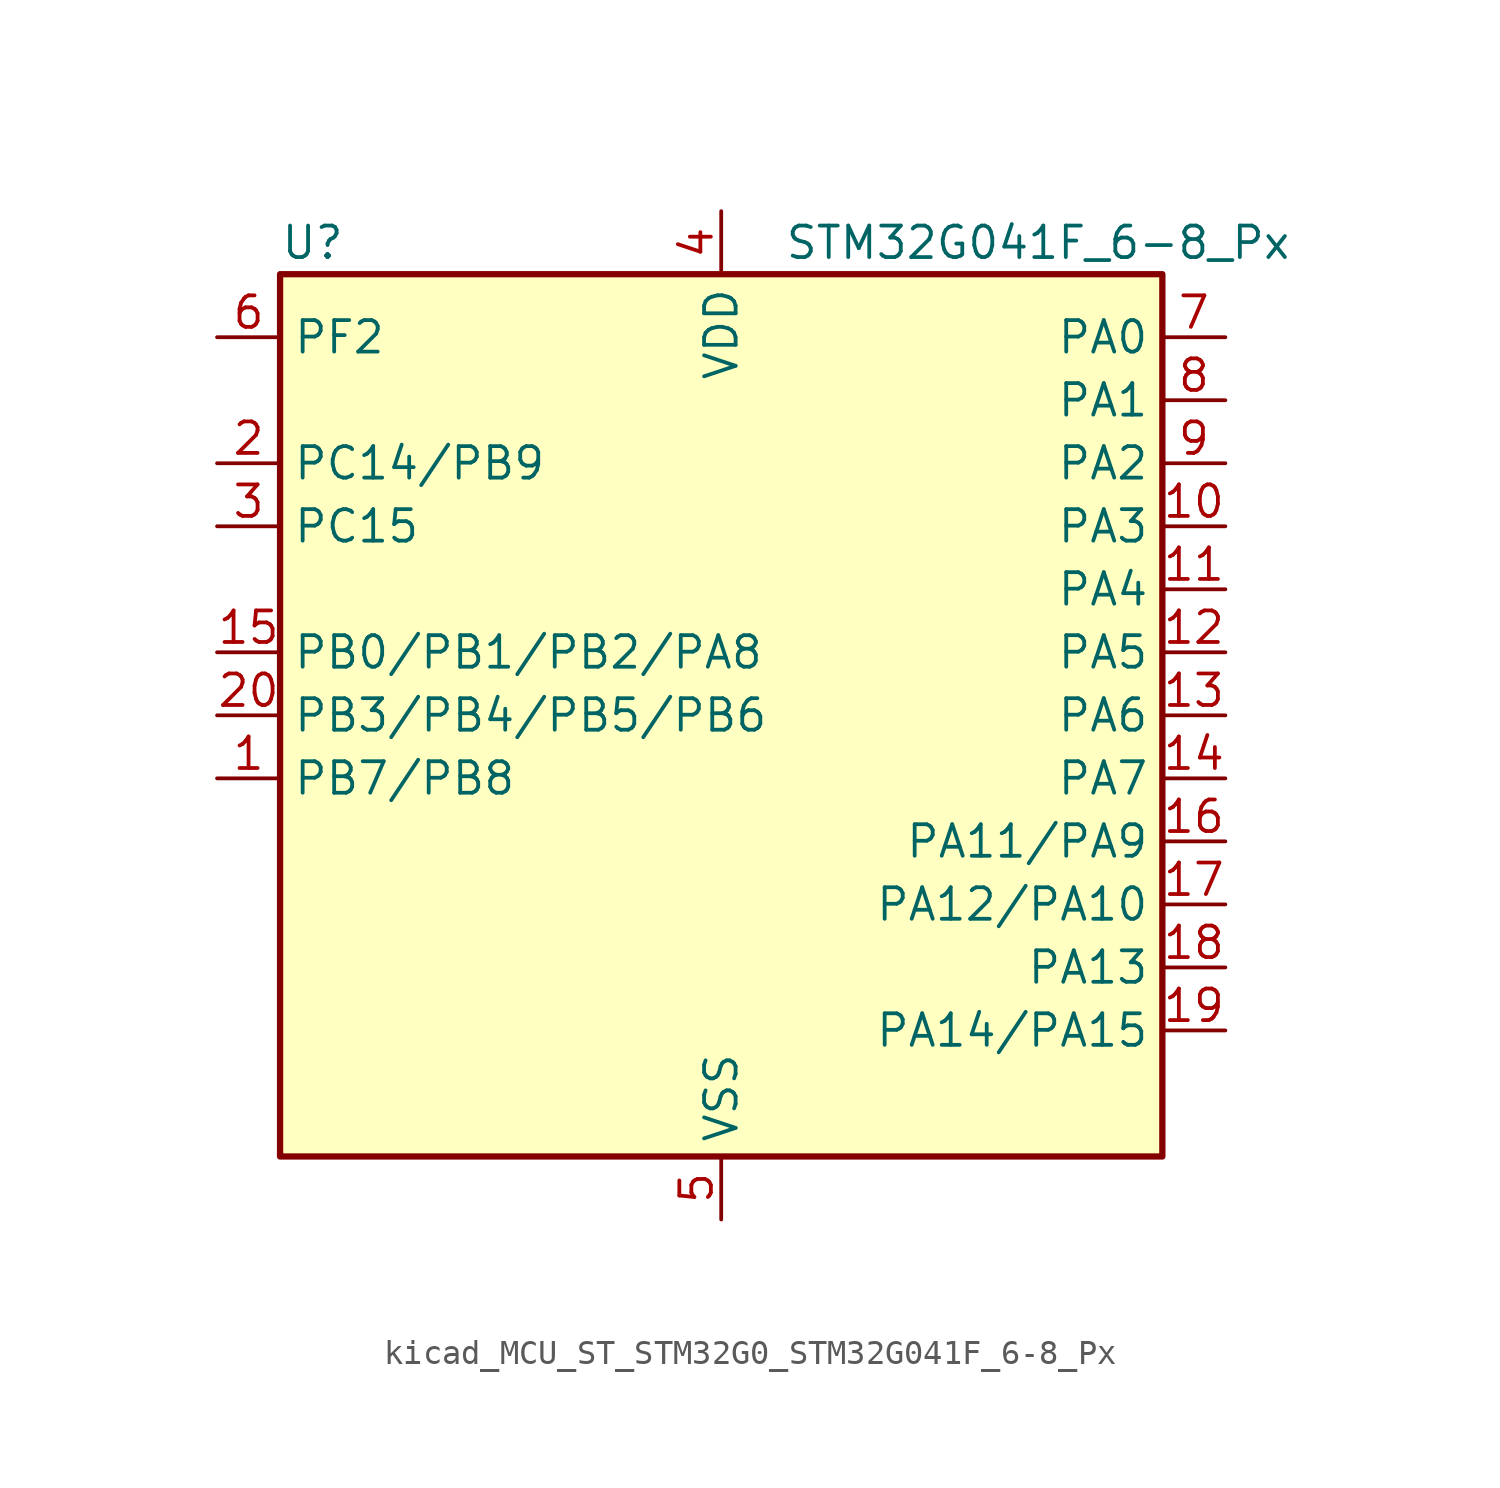
<source format=kicad_sym>
(kicad_symbol_lib
  (version 20220914)
  (generator kicad_symbol_editor)
  (symbol "kicad_MCU_ST_STM32G0_STM32G041F_6-8_Px"
    (property "Reference" "U"
      (at -17.78 19.05 0)
      (effects (font (size 1.27 1.27)) (justify left)))
    (property "Value" "STM32G041F_6-8_Px"
      (at 2.54 19.05 0)
      (effects (font (size 1.27 1.27)) (justify left)))
    (property "ki_locked" ""
      (at 0 0 0)
      (effects (font (size 1.27 1.27))))
    (symbol "kicad_MCU_ST_STM32G0_STM32G041F_6-8_Px_0_1"
      (rectangle (start -17.78 -17.78) (end 17.78 17.78) (stroke (width 0.254) (type default)) (fill (type background))))
    (symbol "kicad_MCU_ST_STM32G0_STM32G041F_6-8_Px_1_1"
      (pin bidirectional line (at -20.32 -2.54 0) (length 2.54) (name "PB7/PB8" (effects (font (size 1.27 1.27)))) (number "1" (effects (font (size 1.27 1.27)))) (alternate "ADC1_IN11" bidirectional line) (alternate "I2C1_SDA" bidirectional line) (alternate "LPTIM1_IN2" bidirectional line) (alternate "SPI2_MOSI" bidirectional line) (alternate "SYS_PVD_IN" bidirectional line) (alternate "TIM17_CH1N" bidirectional line) (alternate "USART1_RX" bidirectional line))
      (pin bidirectional line (at 20.32 7.62 180) (length 2.54) (name "PA3" (effects (font (size 1.27 1.27)))) (number "10" (effects (font (size 1.27 1.27)))) (alternate "ADC1_IN3" bidirectional line) (alternate "LPUART1_RX" bidirectional line) (alternate "SPI2_MISO" bidirectional line) (alternate "TIM2_CH4" bidirectional line) (alternate "USART2_RX" bidirectional line))
      (pin bidirectional line (at 20.32 5.08 180) (length 2.54) (name "PA4" (effects (font (size 1.27 1.27)))) (number "11" (effects (font (size 1.27 1.27)))) (alternate "ADC1_IN4" bidirectional line) (alternate "I2S1_WS" bidirectional line) (alternate "LPTIM2_OUT" bidirectional line) (alternate "RTC_OUT_ALARM" bidirectional line) (alternate "RTC_OUT_CALIB" bidirectional line) (alternate "RTC_TAMP_IN1" bidirectional line) (alternate "RTC_TS" bidirectional line) (alternate "SPI1_NSS" bidirectional line) (alternate "SPI2_MOSI" bidirectional line) (alternate "SYS_WKUP2" bidirectional line) (alternate "TIM14_CH1" bidirectional line))
      (pin bidirectional line (at 20.32 2.54 180) (length 2.54) (name "PA5" (effects (font (size 1.27 1.27)))) (number "12" (effects (font (size 1.27 1.27)))) (alternate "ADC1_IN5" bidirectional line) (alternate "I2S1_CK" bidirectional line) (alternate "LPTIM2_ETR" bidirectional line) (alternate "SPI1_SCK" bidirectional line) (alternate "TIM2_CH1" bidirectional line) (alternate "TIM2_ETR" bidirectional line))
      (pin bidirectional line (at 20.32 0 180) (length 2.54) (name "PA6" (effects (font (size 1.27 1.27)))) (number "13" (effects (font (size 1.27 1.27)))) (alternate "ADC1_IN6" bidirectional line) (alternate "I2S1_MCK" bidirectional line) (alternate "LPUART1_CTS" bidirectional line) (alternate "SPI1_MISO" bidirectional line) (alternate "TIM16_CH1" bidirectional line) (alternate "TIM1_BK" bidirectional line) (alternate "TIM3_CH1" bidirectional line))
      (pin bidirectional line (at 20.32 -2.54 180) (length 2.54) (name "PA7" (effects (font (size 1.27 1.27)))) (number "14" (effects (font (size 1.27 1.27)))) (alternate "ADC1_IN7" bidirectional line) (alternate "I2S1_SD" bidirectional line) (alternate "SPI1_MOSI" bidirectional line) (alternate "TIM14_CH1" bidirectional line) (alternate "TIM17_CH1" bidirectional line) (alternate "TIM1_CH1N" bidirectional line) (alternate "TIM3_CH2" bidirectional line))
      (pin bidirectional line (at -20.32 2.54 0) (length 2.54) (name "PB0/PB1/PB2/PA8" (effects (font (size 1.27 1.27)))) (number "15" (effects (font (size 1.27 1.27)))) (alternate "ADC1_IN8" bidirectional line) (alternate "I2S1_WS" bidirectional line) (alternate "LPTIM1_OUT" bidirectional line) (alternate "SPI1_NSS" bidirectional line) (alternate "TIM1_CH2N" bidirectional line) (alternate "TIM3_CH3" bidirectional line))
      (pin bidirectional line (at 20.32 -5.08 180) (length 2.54) (name "PA11/PA9" (effects (font (size 1.27 1.27)))) (number "16" (effects (font (size 1.27 1.27)))) (alternate "ADC1_EXTI11" bidirectional line) (alternate "ADC1_IN15" bidirectional line) (alternate "I2C2_SCL" bidirectional line) (alternate "I2S1_MCK" bidirectional line) (alternate "SPI1_MISO" bidirectional line) (alternate "TIM1_BK2" bidirectional line) (alternate "TIM1_CH4" bidirectional line) (alternate "USART1_CTS" bidirectional line) (alternate "USART1_NSS" bidirectional line))
      (pin bidirectional line (at 20.32 -7.62 180) (length 2.54) (name "PA12/PA10" (effects (font (size 1.27 1.27)))) (number "17" (effects (font (size 1.27 1.27)))) (alternate "ADC1_IN16" bidirectional line) (alternate "I2C2_SDA" bidirectional line) (alternate "I2S1_SD" bidirectional line) (alternate "I2S_CKIN" bidirectional line) (alternate "SPI1_MOSI" bidirectional line) (alternate "TIM1_ETR" bidirectional line) (alternate "USART1_CK" bidirectional line) (alternate "USART1_DE" bidirectional line) (alternate "USART1_RTS" bidirectional line))
      (pin bidirectional line (at 20.32 -10.16 180) (length 2.54) (name "PA13" (effects (font (size 1.27 1.27)))) (number "18" (effects (font (size 1.27 1.27)))) (alternate "ADC1_IN17" bidirectional line) (alternate "IR_OUT" bidirectional line) (alternate "SYS_SWDIO" bidirectional line))
      (pin bidirectional line (at 20.32 -12.7 180) (length 2.54) (name "PA14/PA15" (effects (font (size 1.27 1.27)))) (number "19" (effects (font (size 1.27 1.27)))) (alternate "ADC1_IN18" bidirectional line) (alternate "SYS_SWCLK" bidirectional line) (alternate "USART2_TX" bidirectional line))
      (pin bidirectional line (at -20.32 10.16 0) (length 2.54) (name "PC14/PB9" (effects (font (size 1.27 1.27)))) (number "2" (effects (font (size 1.27 1.27)))) (alternate "RCC_OSC32_IN" bidirectional line) (alternate "RCC_OSC_IN" bidirectional line) (alternate "TIM1_BK2" bidirectional line))
      (pin bidirectional line (at -20.32 0 0) (length 2.54) (name "PB3/PB4/PB5/PB6" (effects (font (size 1.27 1.27)))) (number "20" (effects (font (size 1.27 1.27)))) (alternate "I2S1_CK" bidirectional line) (alternate "SPI1_SCK" bidirectional line) (alternate "TIM1_CH2" bidirectional line) (alternate "TIM2_CH2" bidirectional line) (alternate "USART1_CK" bidirectional line) (alternate "USART1_DE" bidirectional line) (alternate "USART1_RTS" bidirectional line))
      (pin bidirectional line (at -20.32 7.62 0) (length 2.54) (name "PC15" (effects (font (size 1.27 1.27)))) (number "3" (effects (font (size 1.27 1.27)))) (alternate "RCC_OSC32_EN" bidirectional line) (alternate "RCC_OSC32_OUT" bidirectional line) (alternate "RCC_OSC_EN" bidirectional line))
      (pin power_in line (at 0 20.32 270) (length 2.54) (name "VDD" (effects (font (size 1.27 1.27)))) (number "4" (effects (font (size 1.27 1.27)))))
      (pin power_in line (at 0 -20.32 90) (length 2.54) (name "VSS" (effects (font (size 1.27 1.27)))) (number "5" (effects (font (size 1.27 1.27)))))
      (pin bidirectional line (at -20.32 15.24 0) (length 2.54) (name "PF2" (effects (font (size 1.27 1.27)))) (number "6" (effects (font (size 1.27 1.27)))) (alternate "RCC_MCO" bidirectional line))
      (pin bidirectional line (at 20.32 15.24 180) (length 2.54) (name "PA0" (effects (font (size 1.27 1.27)))) (number "7" (effects (font (size 1.27 1.27)))) (alternate "ADC1_IN0" bidirectional line) (alternate "LPTIM1_OUT" bidirectional line) (alternate "RTC_TAMP_IN2" bidirectional line) (alternate "SPI2_SCK" bidirectional line) (alternate "SYS_WKUP1" bidirectional line) (alternate "TIM2_CH1" bidirectional line) (alternate "TIM2_ETR" bidirectional line) (alternate "USART2_CTS" bidirectional line) (alternate "USART2_NSS" bidirectional line))
      (pin bidirectional line (at 20.32 12.7 180) (length 2.54) (name "PA1" (effects (font (size 1.27 1.27)))) (number "8" (effects (font (size 1.27 1.27)))) (alternate "ADC1_IN1" bidirectional line) (alternate "I2C1_SMBA" bidirectional line) (alternate "I2S1_CK" bidirectional line) (alternate "SPI1_SCK" bidirectional line) (alternate "TIM2_CH2" bidirectional line) (alternate "USART2_CK" bidirectional line) (alternate "USART2_DE" bidirectional line) (alternate "USART2_RTS" bidirectional line))
      (pin bidirectional line (at 20.32 10.16 180) (length 2.54) (name "PA2" (effects (font (size 1.27 1.27)))) (number "9" (effects (font (size 1.27 1.27)))) (alternate "ADC1_IN2" bidirectional line) (alternate "I2S1_SD" bidirectional line) (alternate "LPUART1_TX" bidirectional line) (alternate "RCC_LSCO" bidirectional line) (alternate "SPI1_MOSI" bidirectional line) (alternate "SYS_WKUP4" bidirectional line) (alternate "TIM2_CH3" bidirectional line) (alternate "USART2_TX" bidirectional line)))))
</source>
